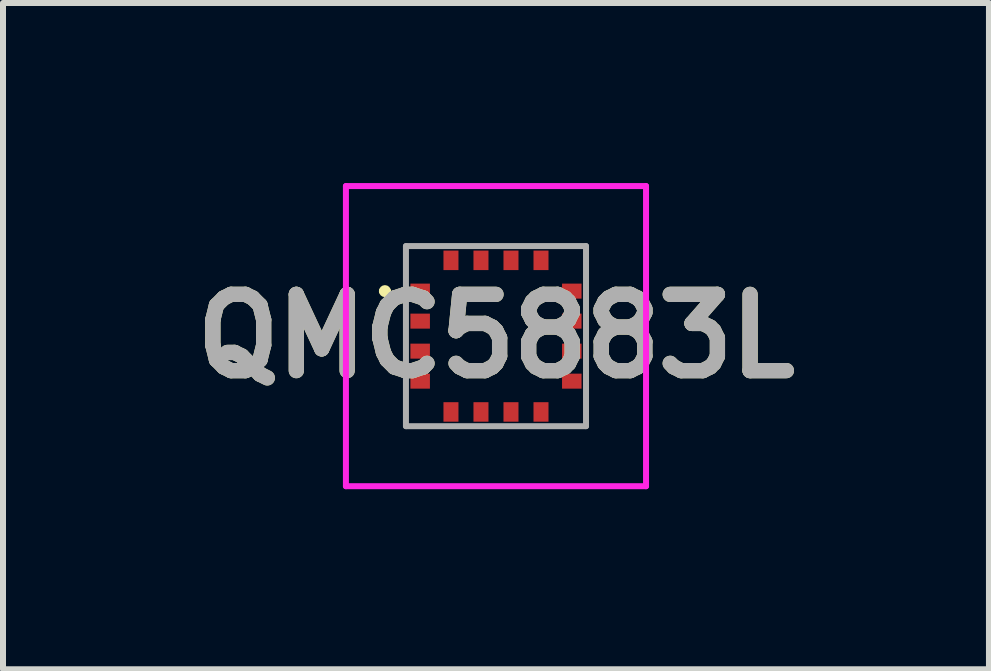
<source format=kicad_pcb>
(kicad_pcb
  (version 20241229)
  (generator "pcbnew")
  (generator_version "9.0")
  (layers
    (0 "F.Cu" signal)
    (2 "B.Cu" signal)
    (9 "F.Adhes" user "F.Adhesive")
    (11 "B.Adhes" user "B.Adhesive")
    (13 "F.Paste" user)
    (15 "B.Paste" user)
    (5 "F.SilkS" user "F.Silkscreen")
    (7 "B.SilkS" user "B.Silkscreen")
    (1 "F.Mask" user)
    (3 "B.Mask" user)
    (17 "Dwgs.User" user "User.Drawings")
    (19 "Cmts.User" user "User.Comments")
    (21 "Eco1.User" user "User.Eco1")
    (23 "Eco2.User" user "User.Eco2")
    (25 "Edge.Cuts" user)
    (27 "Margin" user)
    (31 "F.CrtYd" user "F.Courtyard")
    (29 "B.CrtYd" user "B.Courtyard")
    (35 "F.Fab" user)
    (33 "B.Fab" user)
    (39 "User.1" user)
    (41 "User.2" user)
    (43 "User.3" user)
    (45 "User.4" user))
  (footprint "QMC5883L"
    (layer "F.Cu")
    (at 5.213 2.55)
    (property "Reference" "QMC5883L" (at 0 0 0) (layer "F.SilkS") (effects (font (size 1.27 1.27) (thickness 0.254))))
    (attr smd)
    (fp_line (start -1.9 -0.75) (end -1.9 -0.75) (stroke (width 0.1) (type solid)) (layer "F.SilkS"))
    (fp_line (start -1.8 -0.75) (end -1.8 -0.75) (stroke (width 0.1) (type solid)) (layer "F.SilkS"))
    (fp_arc (start -1.9 -0.75) (mid -1.85 -0.8) (end -1.8 -0.75) (stroke (width 0.1) (type solid)) (layer "F.SilkS"))
    (fp_arc (start -1.8 -0.75) (mid -1.85 -0.7) (end -1.9 -0.75) (stroke (width 0.1) (type solid)) (layer "F.SilkS"))
    (fp_line (start -2.5 -2.5) (end 2.5 -2.5) (stroke (width 0.1) (type solid)) (layer "F.CrtYd"))
    (fp_line (start -2.5 2.5) (end -2.5 -2.5) (stroke (width 0.1) (type solid)) (layer "F.CrtYd"))
    (fp_line (start 2.5 -2.5) (end 2.5 2.5) (stroke (width 0.1) (type solid)) (layer "F.CrtYd"))
    (fp_line (start 2.5 2.5) (end -2.5 2.5) (stroke (width 0.1) (type solid)) (layer "F.CrtYd"))
    (fp_line (start -1.5 -1.5) (end 1.5 -1.5) (stroke (width 0.1) (type solid)) (layer "F.Fab"))
    (fp_line (start -1.5 1.5) (end -1.5 -1.5) (stroke (width 0.1) (type solid)) (layer "F.Fab"))
    (fp_line (start 1.5 -1.5) (end 1.5 1.5) (stroke (width 0.1) (type solid)) (layer "F.Fab"))
    (fp_line (start 1.5 1.5) (end -1.5 1.5) (stroke (width 0.1) (type solid)) (layer "F.Fab"))
    (fp_text user "${REFERENCE}" (at 0 0 0) (layer "F.Fab") (effects (font (size 1.27 1.27) (thickness 0.254))))
    (pad "1" smd rect (at -1.263 -0.75 90) (size 0.25 0.325) (layers "F.Cu" "F.Mask" "F.Paste"))
    (pad "2" smd rect (at -1.263 -0.25 90) (size 0.25 0.325) (layers "F.Cu" "F.Mask" "F.Paste"))
    (pad "3" smd rect (at -1.263 0.25 90) (size 0.25 0.325) (layers "F.Cu" "F.Mask" "F.Paste"))
    (pad "4" smd rect (at -1.263 0.75 90) (size 0.25 0.325) (layers "F.Cu" "F.Mask" "F.Paste"))
    (pad "5" smd rect (at -0.75 1.263) (size 0.25 0.325) (layers "F.Cu" "F.Mask" "F.Paste"))
    (pad "6" smd rect (at -0.25 1.263) (size 0.25 0.325) (layers "F.Cu" "F.Mask" "F.Paste"))
    (pad "7" smd rect (at 0.25 1.263) (size 0.25 0.325) (layers "F.Cu" "F.Mask" "F.Paste"))
    (pad "8" smd rect (at 0.75 1.263) (size 0.25 0.325) (layers "F.Cu" "F.Mask" "F.Paste"))
    (pad "9" smd rect (at 1.263 0.75 90) (size 0.25 0.325) (layers "F.Cu" "F.Mask" "F.Paste"))
    (pad "10" smd rect (at 1.263 0.25 90) (size 0.25 0.325) (layers "F.Cu" "F.Mask" "F.Paste"))
    (pad "11" smd rect (at 1.263 -0.25 90) (size 0.25 0.325) (layers "F.Cu" "F.Mask" "F.Paste"))
    (pad "12" smd rect (at 1.263 -0.75 90) (size 0.25 0.325) (layers "F.Cu" "F.Mask" "F.Paste"))
    (pad "13" smd rect (at 0.75 -1.263) (size 0.25 0.325) (layers "F.Cu" "F.Mask" "F.Paste"))
    (pad "14" smd rect (at 0.25 -1.263) (size 0.25 0.325) (layers "F.Cu" "F.Mask" "F.Paste"))
    (pad "15" smd rect (at -0.25 -1.263) (size 0.25 0.325) (layers "F.Cu" "F.Mask" "F.Paste"))
    (pad "16" smd rect (at -0.75 -1.263) (size 0.25 0.325) (layers "F.Cu" "F.Mask" "F.Paste")))
  (gr_rect
    (start -3 -3)
    (end 13.426 8.1)
    (stroke (width 0.1) (type default))
    (fill no)
    (layer "Edge.Cuts")))
</source>
